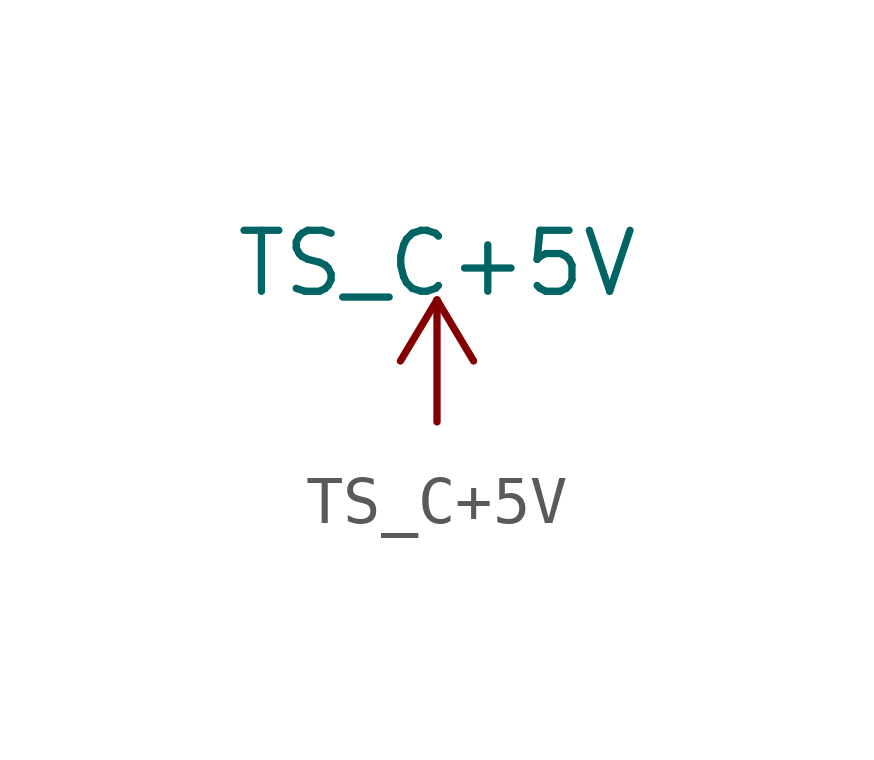
<source format=kicad_sym>
(kicad_symbol_lib
  (version 20231120)
  (generator "kicad_symbol_editor")
  (generator_version "8.0")
  (symbol "TS_C+5V"
    (power)
    (pin_names
      (offset 0))
    (property "Reference" "#PWR"
      (at -6.35 -3.81 0)
      (effects (font (size 1.27 1.27)) (hide yes)))
    (property "Value" "TS_C+5V"
      (at 0 3.302 0)
      (effects (font (size 1.27 1.27))))
    (symbol "TS_C+5V_0_1"
      (polyline (pts (xy -0.762 1.27) (xy 0 2.54)) (stroke (width 0) (type default)) (fill (type none)))
      (polyline (pts (xy 0 0) (xy 0 2.54)) (stroke (width 0) (type default)) (fill (type none)))
      (polyline (pts (xy 0 2.54) (xy 0.762 1.27)) (stroke (width 0) (type default)) (fill (type none))))
    (symbol "TS_C+5V_1_1"
      (pin power_in line (at 0 0 90) (length 0) hide (name "TS_C_+5V" (effects (font (size 1.27 1.27)))) (number "1" (effects (font (size 1.27 1.27))))))))
</source>
